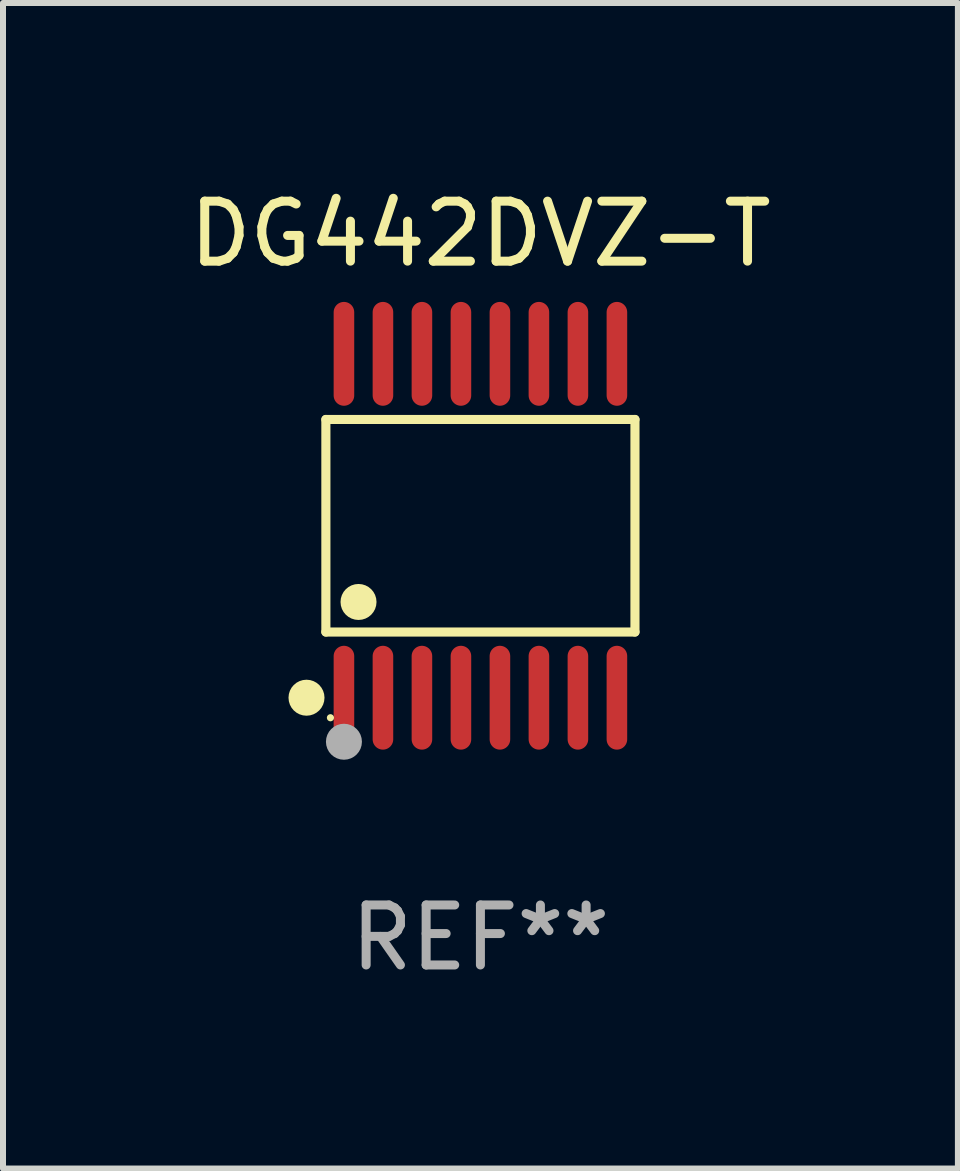
<source format=kicad_pcb>
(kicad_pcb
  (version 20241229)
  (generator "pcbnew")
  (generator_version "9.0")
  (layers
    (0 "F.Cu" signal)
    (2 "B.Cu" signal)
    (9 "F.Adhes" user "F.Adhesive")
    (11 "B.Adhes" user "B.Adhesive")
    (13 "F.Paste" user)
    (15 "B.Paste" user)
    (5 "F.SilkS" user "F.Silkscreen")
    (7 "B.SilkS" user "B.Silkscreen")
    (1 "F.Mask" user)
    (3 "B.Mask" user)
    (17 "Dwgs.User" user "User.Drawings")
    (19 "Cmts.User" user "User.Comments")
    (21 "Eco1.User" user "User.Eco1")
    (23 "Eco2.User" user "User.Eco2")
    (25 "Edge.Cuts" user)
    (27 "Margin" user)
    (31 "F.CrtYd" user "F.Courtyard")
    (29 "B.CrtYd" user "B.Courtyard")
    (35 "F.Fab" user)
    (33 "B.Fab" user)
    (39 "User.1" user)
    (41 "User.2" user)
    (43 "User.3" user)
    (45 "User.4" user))
  (footprint "DG442DVZ-T"
    (layer "F.Cu")
    (at 4.958 5.714)
    (property "Reference" "DG442DVZ-T" (at 0 -4.866 0) (layer "F.SilkS") (effects (font (size 1 1) (thickness 0.15))))
    (attr through_hole)
    (fp_line (start -2.576 -1.772) (end 2.576 -1.772) (stroke (width 0.152) (type solid)) (layer "F.SilkS"))
    (fp_line (start -2.576 1.771) (end -2.576 -1.772) (stroke (width 0.152) (type solid)) (layer "F.SilkS"))
    (fp_line (start 2.576 -1.772) (end 2.576 1.771) (stroke (width 0.152) (type solid)) (layer "F.SilkS"))
    (fp_line (start 2.576 1.771) (end -2.576 1.771) (stroke (width 0.152) (type solid)) (layer "F.SilkS"))
    (fp_circle (center -2.899 2.866) (end -2.749 2.866) (stroke (width 0.3) (type solid)) (fill no) (layer "F.SilkS"))
    (fp_circle (center -2.5 3.2) (end -2.47 3.2) (stroke (width 0.06) (type solid)) (fill no) (layer "F.SilkS"))
    (fp_circle (center -2.032 1.27) (end -1.882 1.27) (stroke (width 0.3) (type solid)) (fill no) (layer "F.SilkS"))
    (fp_circle (center -2.275 3.6) (end -2.125 3.6) (stroke (width 0.3) (type solid)) (fill no) (layer "F.Fab"))
    (fp_text user "REF**" (at 0 6.866 0) (layer "F.Fab") (effects (font (size 1 1) (thickness 0.15))))
    (pad "1" smd oval (at -2.275 2.866) (size 0.343 1.731) (layers "F.Cu" "F.Mask" "F.Paste"))
    (pad "2" smd oval (at -1.625 2.866) (size 0.343 1.731) (layers "F.Cu" "F.Mask" "F.Paste"))
    (pad "3" smd oval (at -0.975 2.866) (size 0.343 1.731) (layers "F.Cu" "F.Mask" "F.Paste"))
    (pad "4" smd oval (at -0.325 2.866) (size 0.343 1.731) (layers "F.Cu" "F.Mask" "F.Paste"))
    (pad "5" smd oval (at 0.325 2.866) (size 0.343 1.731) (layers "F.Cu" "F.Mask" "F.Paste"))
    (pad "6" smd oval (at 0.975 2.866) (size 0.343 1.731) (layers "F.Cu" "F.Mask" "F.Paste"))
    (pad "7" smd oval (at 1.625 2.866) (size 0.343 1.731) (layers "F.Cu" "F.Mask" "F.Paste"))
    (pad "8" smd oval (at 2.275 2.866) (size 0.343 1.731) (layers "F.Cu" "F.Mask" "F.Paste"))
    (pad "9" smd oval (at 2.275 -2.866) (size 0.343 1.731) (layers "F.Cu" "F.Mask" "F.Paste"))
    (pad "10" smd oval (at 1.625 -2.866) (size 0.343 1.731) (layers "F.Cu" "F.Mask" "F.Paste"))
    (pad "11" smd oval (at 0.975 -2.866) (size 0.343 1.731) (layers "F.Cu" "F.Mask" "F.Paste"))
    (pad "12" smd oval (at 0.325 -2.866) (size 0.343 1.731) (layers "F.Cu" "F.Mask" "F.Paste"))
    (pad "13" smd oval (at -0.325 -2.866) (size 0.343 1.731) (layers "F.Cu" "F.Mask" "F.Paste"))
    (pad "14" smd oval (at -0.975 -2.866) (size 0.343 1.731) (layers "F.Cu" "F.Mask" "F.Paste"))
    (pad "15" smd oval (at -1.625 -2.866) (size 0.343 1.731) (layers "F.Cu" "F.Mask" "F.Paste"))
    (pad "16" smd oval (at -2.275 -2.866) (size 0.343 1.731) (layers "F.Cu" "F.Mask" "F.Paste")))
  (gr_rect
    (start -3 -3)
    (end 12.917 16.428)
    (stroke (width 0.1) (type default))
    (fill no)
    (layer "Edge.Cuts")))
</source>
